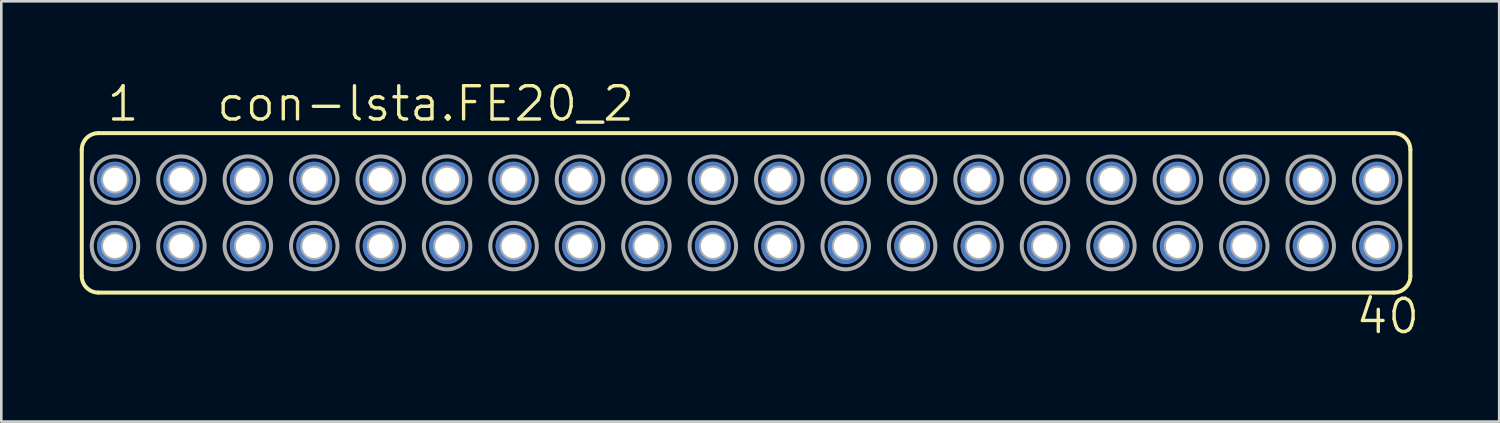
<source format=kicad_pcb>
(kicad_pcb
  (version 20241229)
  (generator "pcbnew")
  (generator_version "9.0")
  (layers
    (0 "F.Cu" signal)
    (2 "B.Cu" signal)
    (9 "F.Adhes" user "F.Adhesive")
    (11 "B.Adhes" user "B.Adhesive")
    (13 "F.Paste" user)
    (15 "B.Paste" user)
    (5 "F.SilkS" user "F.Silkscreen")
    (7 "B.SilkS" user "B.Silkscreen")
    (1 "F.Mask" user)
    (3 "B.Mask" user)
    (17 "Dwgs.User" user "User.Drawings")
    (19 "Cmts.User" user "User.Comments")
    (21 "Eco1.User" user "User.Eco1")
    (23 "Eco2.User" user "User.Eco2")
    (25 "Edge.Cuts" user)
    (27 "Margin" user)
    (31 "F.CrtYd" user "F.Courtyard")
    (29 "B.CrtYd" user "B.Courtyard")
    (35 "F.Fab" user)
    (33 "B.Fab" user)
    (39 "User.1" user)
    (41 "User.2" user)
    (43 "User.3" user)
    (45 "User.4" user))
  (footprint "con-lsta.FE20_2"
    (layer "F.Cu")
    (at 25.476 5.089)
    (property "Reference" "con-lsta.FE20_2" (at -20.32 -3.429 0) (layer "F.SilkS") (effects (font (size 1.27 1.27) (thickness 0.13)) (justify left bottom)))
    (attr through_hole)
    (fp_line (start -25.4 2.413) (end -25.4 -2.413) (stroke (width 0.152) (type default)) (layer "F.SilkS"))
    (fp_line (start -24.765 -3.048) (end 24.765 -3.048) (stroke (width 0.152) (type default)) (layer "F.SilkS"))
    (fp_line (start -24.765 3.048) (end 24.765 3.048) (stroke (width 0.152) (type default)) (layer "F.SilkS"))
    (fp_line (start 25.4 2.413) (end 25.4 -2.413) (stroke (width 0.152) (type default)) (layer "F.SilkS"))
    (fp_arc (start -25.4 -2.413) (mid -25.214013 -2.862013) (end -24.765 -3.048) (stroke (width 0.1524) (type default)) (layer "F.SilkS"))
    (fp_arc (start -24.765 3.048) (mid -25.214013 2.862013) (end -25.4 2.413) (stroke (width 0.1524) (type default)) (layer "F.SilkS"))
    (fp_arc (start 24.765 -3.048) (mid 25.214013 -2.862013) (end 25.4 -2.413) (stroke (width 0.1524) (type default)) (layer "F.SilkS"))
    (fp_arc (start 25.4 2.413) (mid 25.214013 2.862013) (end 24.765 3.048) (stroke (width 0.1524) (type default)) (layer "F.SilkS"))
    (fp_circle (center -24.13 -1.27) (end -24.003 -1.27) (stroke (width 0.406) (type default)) (fill no) (layer "F.Fab"))
    (fp_circle (center -24.13 -1.27) (end -23.241 -1.27) (stroke (width 0.152) (type default)) (fill no) (layer "F.Fab"))
    (fp_circle (center -24.13 1.27) (end -24.003 1.27) (stroke (width 0.406) (type default)) (fill no) (layer "F.Fab"))
    (fp_circle (center -24.13 1.27) (end -23.241 1.27) (stroke (width 0.152) (type default)) (fill no) (layer "F.Fab"))
    (fp_circle (center -21.59 -1.27) (end -21.463 -1.27) (stroke (width 0.406) (type default)) (fill no) (layer "F.Fab"))
    (fp_circle (center -21.59 -1.27) (end -20.701 -1.27) (stroke (width 0.152) (type default)) (fill no) (layer "F.Fab"))
    (fp_circle (center -21.59 1.27) (end -21.463 1.27) (stroke (width 0.406) (type default)) (fill no) (layer "F.Fab"))
    (fp_circle (center -21.59 1.27) (end -20.701 1.27) (stroke (width 0.152) (type default)) (fill no) (layer "F.Fab"))
    (fp_circle (center -19.05 -1.27) (end -18.923 -1.27) (stroke (width 0.406) (type default)) (fill no) (layer "F.Fab"))
    (fp_circle (center -19.05 -1.27) (end -18.161 -1.27) (stroke (width 0.152) (type default)) (fill no) (layer "F.Fab"))
    (fp_circle (center -19.05 1.27) (end -18.923 1.27) (stroke (width 0.406) (type default)) (fill no) (layer "F.Fab"))
    (fp_circle (center -19.05 1.27) (end -18.161 1.27) (stroke (width 0.152) (type default)) (fill no) (layer "F.Fab"))
    (fp_circle (center -16.51 -1.27) (end -16.383 -1.27) (stroke (width 0.406) (type default)) (fill no) (layer "F.Fab"))
    (fp_circle (center -16.51 -1.27) (end -15.621 -1.27) (stroke (width 0.152) (type default)) (fill no) (layer "F.Fab"))
    (fp_circle (center -16.51 1.27) (end -16.383 1.27) (stroke (width 0.406) (type default)) (fill no) (layer "F.Fab"))
    (fp_circle (center -16.51 1.27) (end -15.621 1.27) (stroke (width 0.152) (type default)) (fill no) (layer "F.Fab"))
    (fp_circle (center -13.97 -1.27) (end -13.843 -1.27) (stroke (width 0.406) (type default)) (fill no) (layer "F.Fab"))
    (fp_circle (center -13.97 -1.27) (end -13.081 -1.27) (stroke (width 0.152) (type default)) (fill no) (layer "F.Fab"))
    (fp_circle (center -13.97 1.27) (end -13.843 1.27) (stroke (width 0.406) (type default)) (fill no) (layer "F.Fab"))
    (fp_circle (center -13.97 1.27) (end -13.081 1.27) (stroke (width 0.152) (type default)) (fill no) (layer "F.Fab"))
    (fp_circle (center -11.43 -1.27) (end -11.303 -1.27) (stroke (width 0.406) (type default)) (fill no) (layer "F.Fab"))
    (fp_circle (center -11.43 -1.27) (end -10.541 -1.27) (stroke (width 0.152) (type default)) (fill no) (layer "F.Fab"))
    (fp_circle (center -11.43 1.27) (end -11.303 1.27) (stroke (width 0.406) (type default)) (fill no) (layer "F.Fab"))
    (fp_circle (center -11.43 1.27) (end -10.541 1.27) (stroke (width 0.152) (type default)) (fill no) (layer "F.Fab"))
    (fp_circle (center -8.89 -1.27) (end -8.763 -1.27) (stroke (width 0.406) (type default)) (fill no) (layer "F.Fab"))
    (fp_circle (center -8.89 -1.27) (end -8.001 -1.27) (stroke (width 0.152) (type default)) (fill no) (layer "F.Fab"))
    (fp_circle (center -8.89 1.27) (end -8.763 1.27) (stroke (width 0.406) (type default)) (fill no) (layer "F.Fab"))
    (fp_circle (center -8.89 1.27) (end -8.001 1.27) (stroke (width 0.152) (type default)) (fill no) (layer "F.Fab"))
    (fp_circle (center -6.35 -1.27) (end -6.223 -1.27) (stroke (width 0.406) (type default)) (fill no) (layer "F.Fab"))
    (fp_circle (center -6.35 -1.27) (end -5.461 -1.27) (stroke (width 0.152) (type default)) (fill no) (layer "F.Fab"))
    (fp_circle (center -6.35 1.27) (end -6.223 1.27) (stroke (width 0.406) (type default)) (fill no) (layer "F.Fab"))
    (fp_circle (center -6.35 1.27) (end -5.461 1.27) (stroke (width 0.152) (type default)) (fill no) (layer "F.Fab"))
    (fp_circle (center -3.81 -1.27) (end -3.683 -1.27) (stroke (width 0.406) (type default)) (fill no) (layer "F.Fab"))
    (fp_circle (center -3.81 -1.27) (end -2.921 -1.27) (stroke (width 0.152) (type default)) (fill no) (layer "F.Fab"))
    (fp_circle (center -3.81 1.27) (end -3.683 1.27) (stroke (width 0.406) (type default)) (fill no) (layer "F.Fab"))
    (fp_circle (center -3.81 1.27) (end -2.921 1.27) (stroke (width 0.152) (type default)) (fill no) (layer "F.Fab"))
    (fp_circle (center -1.27 -1.27) (end -1.143 -1.27) (stroke (width 0.406) (type default)) (fill no) (layer "F.Fab"))
    (fp_circle (center -1.27 -1.27) (end -0.381 -1.27) (stroke (width 0.152) (type default)) (fill no) (layer "F.Fab"))
    (fp_circle (center -1.27 1.27) (end -1.143 1.27) (stroke (width 0.406) (type default)) (fill no) (layer "F.Fab"))
    (fp_circle (center -1.27 1.27) (end -0.381 1.27) (stroke (width 0.152) (type default)) (fill no) (layer "F.Fab"))
    (fp_circle (center 1.27 -1.27) (end 1.397 -1.27) (stroke (width 0.406) (type default)) (fill no) (layer "F.Fab"))
    (fp_circle (center 1.27 -1.27) (end 2.159 -1.27) (stroke (width 0.152) (type default)) (fill no) (layer "F.Fab"))
    (fp_circle (center 1.27 1.27) (end 1.397 1.27) (stroke (width 0.406) (type default)) (fill no) (layer "F.Fab"))
    (fp_circle (center 1.27 1.27) (end 2.159 1.27) (stroke (width 0.152) (type default)) (fill no) (layer "F.Fab"))
    (fp_circle (center 3.81 -1.27) (end 3.937 -1.27) (stroke (width 0.406) (type default)) (fill no) (layer "F.Fab"))
    (fp_circle (center 3.81 -1.27) (end 4.699 -1.27) (stroke (width 0.152) (type default)) (fill no) (layer "F.Fab"))
    (fp_circle (center 3.81 1.27) (end 3.937 1.27) (stroke (width 0.406) (type default)) (fill no) (layer "F.Fab"))
    (fp_circle (center 3.81 1.27) (end 4.699 1.27) (stroke (width 0.152) (type default)) (fill no) (layer "F.Fab"))
    (fp_circle (center 6.35 -1.27) (end 6.477 -1.27) (stroke (width 0.406) (type default)) (fill no) (layer "F.Fab"))
    (fp_circle (center 6.35 -1.27) (end 7.239 -1.27) (stroke (width 0.152) (type default)) (fill no) (layer "F.Fab"))
    (fp_circle (center 6.35 1.27) (end 6.477 1.27) (stroke (width 0.406) (type default)) (fill no) (layer "F.Fab"))
    (fp_circle (center 6.35 1.27) (end 7.239 1.27) (stroke (width 0.152) (type default)) (fill no) (layer "F.Fab"))
    (fp_circle (center 8.89 -1.27) (end 9.017 -1.27) (stroke (width 0.406) (type default)) (fill no) (layer "F.Fab"))
    (fp_circle (center 8.89 -1.27) (end 9.779 -1.27) (stroke (width 0.152) (type default)) (fill no) (layer "F.Fab"))
    (fp_circle (center 8.89 1.27) (end 9.017 1.27) (stroke (width 0.406) (type default)) (fill no) (layer "F.Fab"))
    (fp_circle (center 8.89 1.27) (end 9.779 1.27) (stroke (width 0.152) (type default)) (fill no) (layer "F.Fab"))
    (fp_circle (center 11.43 -1.27) (end 11.557 -1.27) (stroke (width 0.406) (type default)) (fill no) (layer "F.Fab"))
    (fp_circle (center 11.43 -1.27) (end 12.319 -1.27) (stroke (width 0.152) (type default)) (fill no) (layer "F.Fab"))
    (fp_circle (center 11.43 1.27) (end 11.557 1.27) (stroke (width 0.406) (type default)) (fill no) (layer "F.Fab"))
    (fp_circle (center 11.43 1.27) (end 12.319 1.27) (stroke (width 0.152) (type default)) (fill no) (layer "F.Fab"))
    (fp_circle (center 13.97 -1.27) (end 14.097 -1.27) (stroke (width 0.406) (type default)) (fill no) (layer "F.Fab"))
    (fp_circle (center 13.97 -1.27) (end 14.859 -1.27) (stroke (width 0.152) (type default)) (fill no) (layer "F.Fab"))
    (fp_circle (center 13.97 1.27) (end 14.097 1.27) (stroke (width 0.406) (type default)) (fill no) (layer "F.Fab"))
    (fp_circle (center 13.97 1.27) (end 14.859 1.27) (stroke (width 0.152) (type default)) (fill no) (layer "F.Fab"))
    (fp_circle (center 16.51 -1.27) (end 16.637 -1.27) (stroke (width 0.406) (type default)) (fill no) (layer "F.Fab"))
    (fp_circle (center 16.51 -1.27) (end 17.399 -1.27) (stroke (width 0.152) (type default)) (fill no) (layer "F.Fab"))
    (fp_circle (center 16.51 1.27) (end 16.637 1.27) (stroke (width 0.406) (type default)) (fill no) (layer "F.Fab"))
    (fp_circle (center 16.51 1.27) (end 17.399 1.27) (stroke (width 0.152) (type default)) (fill no) (layer "F.Fab"))
    (fp_circle (center 19.05 -1.27) (end 19.177 -1.27) (stroke (width 0.406) (type default)) (fill no) (layer "F.Fab"))
    (fp_circle (center 19.05 -1.27) (end 19.939 -1.27) (stroke (width 0.152) (type default)) (fill no) (layer "F.Fab"))
    (fp_circle (center 19.05 1.27) (end 19.177 1.27) (stroke (width 0.406) (type default)) (fill no) (layer "F.Fab"))
    (fp_circle (center 19.05 1.27) (end 19.939 1.27) (stroke (width 0.152) (type default)) (fill no) (layer "F.Fab"))
    (fp_circle (center 21.59 -1.27) (end 21.717 -1.27) (stroke (width 0.406) (type default)) (fill no) (layer "F.Fab"))
    (fp_circle (center 21.59 -1.27) (end 22.479 -1.27) (stroke (width 0.152) (type default)) (fill no) (layer "F.Fab"))
    (fp_circle (center 21.59 1.27) (end 21.717 1.27) (stroke (width 0.406) (type default)) (fill no) (layer "F.Fab"))
    (fp_circle (center 21.59 1.27) (end 22.479 1.27) (stroke (width 0.152) (type default)) (fill no) (layer "F.Fab"))
    (fp_circle (center 24.13 -1.27) (end 24.257 -1.27) (stroke (width 0.406) (type default)) (fill no) (layer "F.Fab"))
    (fp_circle (center 24.13 -1.27) (end 25.019 -1.27) (stroke (width 0.152) (type default)) (fill no) (layer "F.Fab"))
    (fp_circle (center 24.13 1.27) (end 24.257 1.27) (stroke (width 0.406) (type default)) (fill no) (layer "F.Fab"))
    (fp_circle (center 24.13 1.27) (end 25.019 1.27) (stroke (width 0.152) (type default)) (fill no) (layer "F.Fab"))
    (fp_text user "40" (at 23.241 4.699 0) (layer "F.SilkS") (effects (font (size 1.27 1.27) (thickness 0.13)) (justify left bottom)))
    (fp_text user "1" (at -24.511 -3.429 0) (layer "F.SilkS") (effects (font (size 1.27 1.27) (thickness 0.13)) (justify left bottom)))
    (pad "1" thru_hole circle (at -24.13 -1.27) (size 1.372 1.372) (drill 0.914) (layers "*.Cu" "*.Mask"))
    (pad "2" thru_hole circle (at -24.13 1.27) (size 1.372 1.372) (drill 0.914) (layers "*.Cu" "*.Mask"))
    (pad "3" thru_hole circle (at -21.59 -1.27) (size 1.372 1.372) (drill 0.914) (layers "*.Cu" "*.Mask"))
    (pad "4" thru_hole circle (at -21.59 1.27) (size 1.372 1.372) (drill 0.914) (layers "*.Cu" "*.Mask"))
    (pad "5" thru_hole circle (at -19.05 -1.27) (size 1.372 1.372) (drill 0.914) (layers "*.Cu" "*.Mask"))
    (pad "6" thru_hole circle (at -19.05 1.27) (size 1.372 1.372) (drill 0.914) (layers "*.Cu" "*.Mask"))
    (pad "7" thru_hole circle (at -16.51 -1.27) (size 1.372 1.372) (drill 0.914) (layers "*.Cu" "*.Mask"))
    (pad "8" thru_hole circle (at -16.51 1.27) (size 1.372 1.372) (drill 0.914) (layers "*.Cu" "*.Mask"))
    (pad "9" thru_hole circle (at -13.97 -1.27) (size 1.372 1.372) (drill 0.914) (layers "*.Cu" "*.Mask"))
    (pad "10" thru_hole circle (at -13.97 1.27) (size 1.372 1.372) (drill 0.914) (layers "*.Cu" "*.Mask"))
    (pad "11" thru_hole circle (at -11.43 -1.27) (size 1.372 1.372) (drill 0.914) (layers "*.Cu" "*.Mask"))
    (pad "12" thru_hole circle (at -11.43 1.27) (size 1.372 1.372) (drill 0.914) (layers "*.Cu" "*.Mask"))
    (pad "13" thru_hole circle (at -8.89 -1.27) (size 1.372 1.372) (drill 0.914) (layers "*.Cu" "*.Mask"))
    (pad "14" thru_hole circle (at -8.89 1.27) (size 1.372 1.372) (drill 0.914) (layers "*.Cu" "*.Mask"))
    (pad "15" thru_hole circle (at -6.35 -1.27) (size 1.372 1.372) (drill 0.914) (layers "*.Cu" "*.Mask"))
    (pad "16" thru_hole circle (at -6.35 1.27) (size 1.372 1.372) (drill 0.914) (layers "*.Cu" "*.Mask"))
    (pad "17" thru_hole circle (at -3.81 -1.27) (size 1.372 1.372) (drill 0.914) (layers "*.Cu" "*.Mask"))
    (pad "18" thru_hole circle (at -3.81 1.27) (size 1.372 1.372) (drill 0.914) (layers "*.Cu" "*.Mask"))
    (pad "19" thru_hole circle (at -1.27 -1.27) (size 1.372 1.372) (drill 0.914) (layers "*.Cu" "*.Mask"))
    (pad "20" thru_hole circle (at -1.27 1.27) (size 1.372 1.372) (drill 0.914) (layers "*.Cu" "*.Mask"))
    (pad "21" thru_hole circle (at 1.27 -1.27) (size 1.372 1.372) (drill 0.914) (layers "*.Cu" "*.Mask"))
    (pad "22" thru_hole circle (at 1.27 1.27) (size 1.372 1.372) (drill 0.914) (layers "*.Cu" "*.Mask"))
    (pad "23" thru_hole circle (at 3.81 -1.27) (size 1.372 1.372) (drill 0.914) (layers "*.Cu" "*.Mask"))
    (pad "24" thru_hole circle (at 3.81 1.27) (size 1.372 1.372) (drill 0.914) (layers "*.Cu" "*.Mask"))
    (pad "25" thru_hole circle (at 6.35 -1.27) (size 1.372 1.372) (drill 0.914) (layers "*.Cu" "*.Mask"))
    (pad "26" thru_hole circle (at 6.35 1.27) (size 1.372 1.372) (drill 0.914) (layers "*.Cu" "*.Mask"))
    (pad "27" thru_hole circle (at 8.89 -1.27) (size 1.372 1.372) (drill 0.914) (layers "*.Cu" "*.Mask"))
    (pad "28" thru_hole circle (at 8.89 1.27) (size 1.372 1.372) (drill 0.914) (layers "*.Cu" "*.Mask"))
    (pad "29" thru_hole circle (at 11.43 -1.27) (size 1.372 1.372) (drill 0.914) (layers "*.Cu" "*.Mask"))
    (pad "30" thru_hole circle (at 11.43 1.27) (size 1.372 1.372) (drill 0.914) (layers "*.Cu" "*.Mask"))
    (pad "31" thru_hole circle (at 13.97 -1.27) (size 1.372 1.372) (drill 0.914) (layers "*.Cu" "*.Mask"))
    (pad "32" thru_hole circle (at 13.97 1.27) (size 1.372 1.372) (drill 0.914) (layers "*.Cu" "*.Mask"))
    (pad "33" thru_hole circle (at 16.51 -1.27) (size 1.372 1.372) (drill 0.914) (layers "*.Cu" "*.Mask"))
    (pad "34" thru_hole circle (at 16.51 1.27) (size 1.372 1.372) (drill 0.914) (layers "*.Cu" "*.Mask"))
    (pad "35" thru_hole circle (at 19.05 -1.27) (size 1.372 1.372) (drill 0.914) (layers "*.Cu" "*.Mask"))
    (pad "36" thru_hole circle (at 19.05 1.27) (size 1.372 1.372) (drill 0.914) (layers "*.Cu" "*.Mask"))
    (pad "37" thru_hole circle (at 21.59 -1.27) (size 1.372 1.372) (drill 0.914) (layers "*.Cu" "*.Mask"))
    (pad "38" thru_hole circle (at 21.59 1.27) (size 1.372 1.372) (drill 0.914) (layers "*.Cu" "*.Mask"))
    (pad "39" thru_hole circle (at 24.13 -1.27) (size 1.372 1.372) (drill 0.914) (layers "*.Cu" "*.Mask"))
    (pad "40" thru_hole circle (at 24.13 1.27) (size 1.372 1.372) (drill 0.914) (layers "*.Cu" "*.Mask")))
  (gr_rect
    (start -3 -3)
    (end 54.272 13.07)
    (stroke (width 0.1) (type default))
    (fill no)
    (layer "Edge.Cuts")))
</source>
